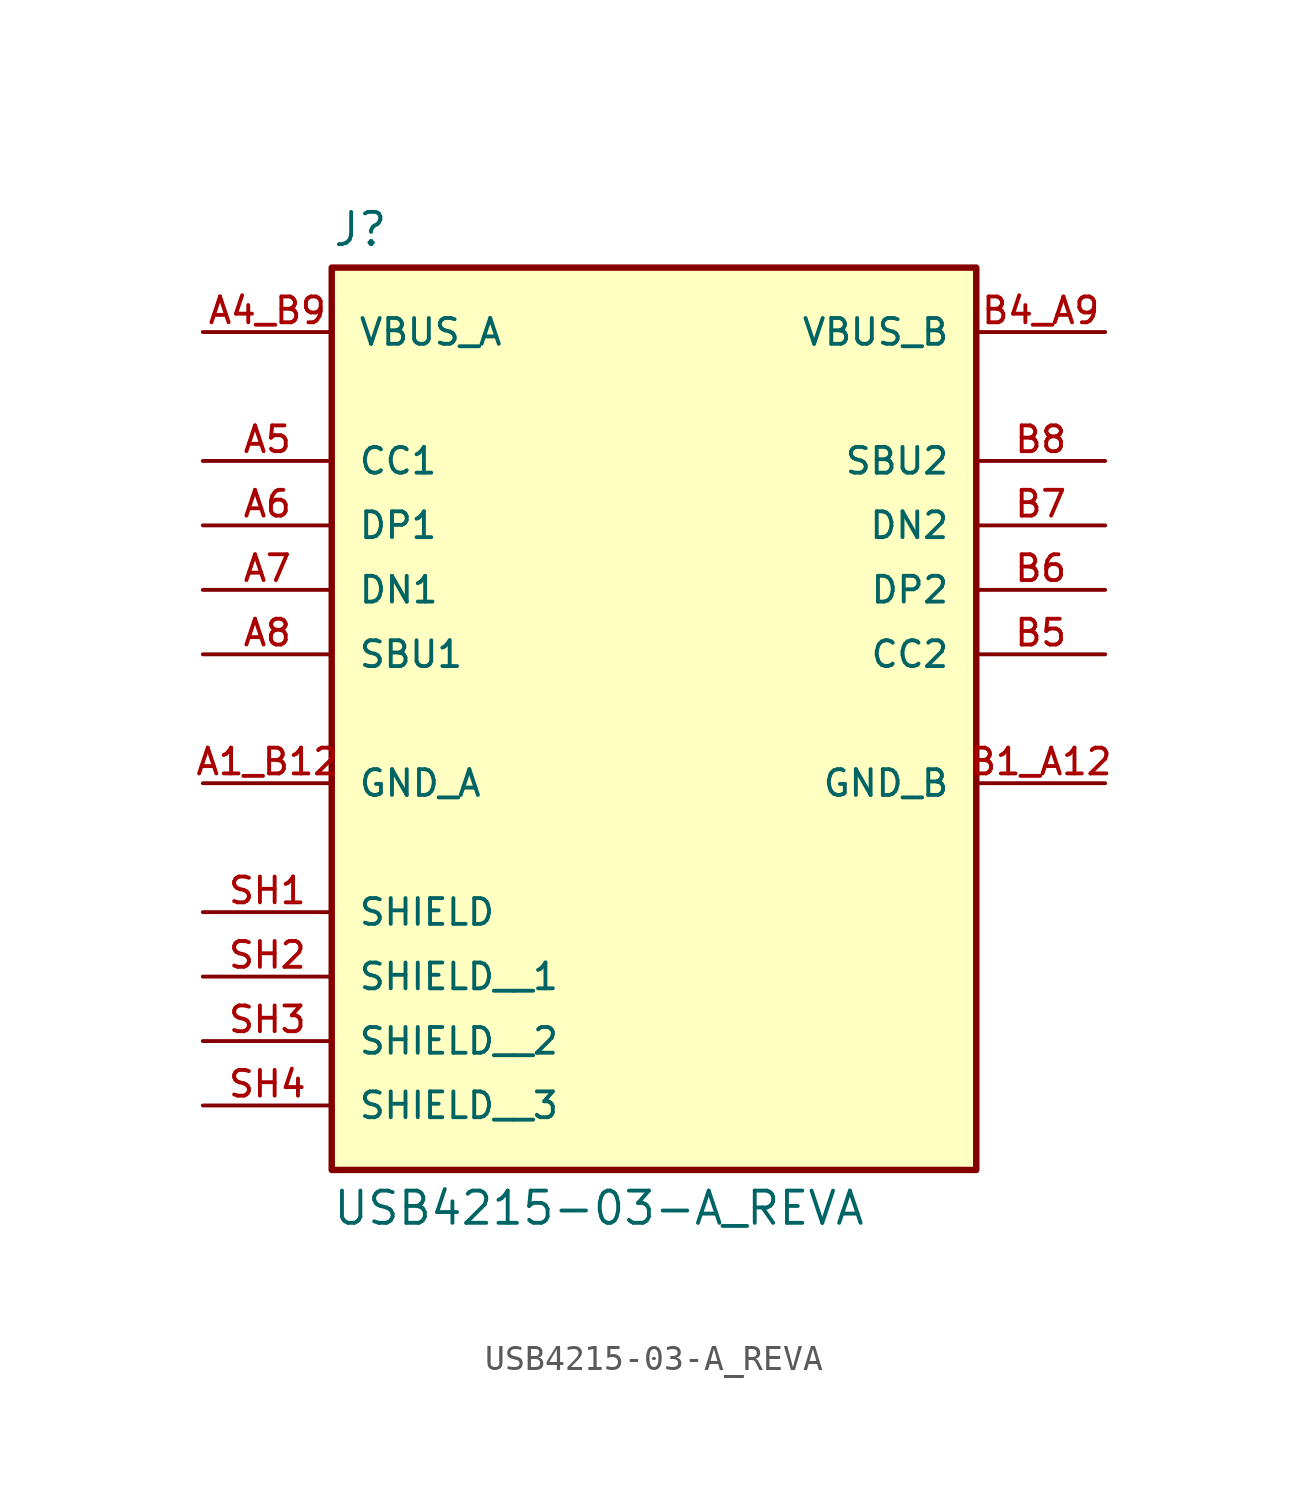
<source format=kicad_sym>
(kicad_symbol_lib
  (version 20211014)
  (generator kicad_symbol_editor)
  (symbol "USB4215-03-A_REVA"
    (pin_names
      (offset 1.016))
    (property "Reference" "J"
      (at -12.7 13.462 0)
      (effects (font (size 1.27 1.27)) (justify bottom left)))
    (property "Value" "USB4215-03-A_REVA"
      (at -12.7 -23.622 0.0)
      (effects (font (size 1.27 1.27)) (justify top left)))
    (symbol "USB4215-03-A_REVA_0_0"
      (rectangle (start -12.7 -22.86) (end 12.7 12.7) (stroke (width 0.254)) (fill (type background)))
      (pin power_in line (at -17.78 -7.62 0) (length 5.08) (name "GND_A" (effects (font (size 1.016 1.016)))) (number "A1_B12" (effects (font (size 1.016 1.016)))))
      (pin power_in line (at -17.78 10.16 0) (length 5.08) (name "VBUS_A" (effects (font (size 1.016 1.016)))) (number "A4_B9" (effects (font (size 1.016 1.016)))))
      (pin bidirectional line (at -17.78 2.54 0) (length 5.08) (name "DP1" (effects (font (size 1.016 1.016)))) (number "A6" (effects (font (size 1.016 1.016)))))
      (pin bidirectional line (at -17.78 5.08 0) (length 5.08) (name "CC1" (effects (font (size 1.016 1.016)))) (number "A5" (effects (font (size 1.016 1.016)))))
      (pin bidirectional line (at -17.78 -2.54 0) (length 5.08) (name "SBU1" (effects (font (size 1.016 1.016)))) (number "A8" (effects (font (size 1.016 1.016)))))
      (pin bidirectional line (at -17.78 0.0 0) (length 5.08) (name "DN1" (effects (font (size 1.016 1.016)))) (number "A7" (effects (font (size 1.016 1.016)))))
      (pin passive line (at -17.78 -12.7 0) (length 5.08) (name "SHIELD" (effects (font (size 1.016 1.016)))) (number "SH1" (effects (font (size 1.016 1.016)))))
      (pin power_in line (at 17.78 -7.62 180.0) (length 5.08) (name "GND_B" (effects (font (size 1.016 1.016)))) (number "B1_A12" (effects (font (size 1.016 1.016)))))
      (pin power_in line (at 17.78 10.16 180.0) (length 5.08) (name "VBUS_B" (effects (font (size 1.016 1.016)))) (number "B4_A9" (effects (font (size 1.016 1.016)))))
      (pin bidirectional line (at 17.78 0.0 180.0) (length 5.08) (name "DP2" (effects (font (size 1.016 1.016)))) (number "B6" (effects (font (size 1.016 1.016)))))
      (pin bidirectional line (at 17.78 -2.54 180.0) (length 5.08) (name "CC2" (effects (font (size 1.016 1.016)))) (number "B5" (effects (font (size 1.016 1.016)))))
      (pin bidirectional line (at 17.78 5.08 180.0) (length 5.08) (name "SBU2" (effects (font (size 1.016 1.016)))) (number "B8" (effects (font (size 1.016 1.016)))))
      (pin bidirectional line (at 17.78 2.54 180.0) (length 5.08) (name "DN2" (effects (font (size 1.016 1.016)))) (number "B7" (effects (font (size 1.016 1.016)))))
      (pin passive line (at -17.78 -15.24 0) (length 5.08) (name "SHIELD__1" (effects (font (size 1.016 1.016)))) (number "SH2" (effects (font (size 1.016 1.016)))))
      (pin passive line (at -17.78 -17.78 0) (length 5.08) (name "SHIELD__2" (effects (font (size 1.016 1.016)))) (number "SH3" (effects (font (size 1.016 1.016)))))
      (pin passive line (at -17.78 -20.32 0) (length 5.08) (name "SHIELD__3" (effects (font (size 1.016 1.016)))) (number "SH4" (effects (font (size 1.016 1.016))))))))
</source>
